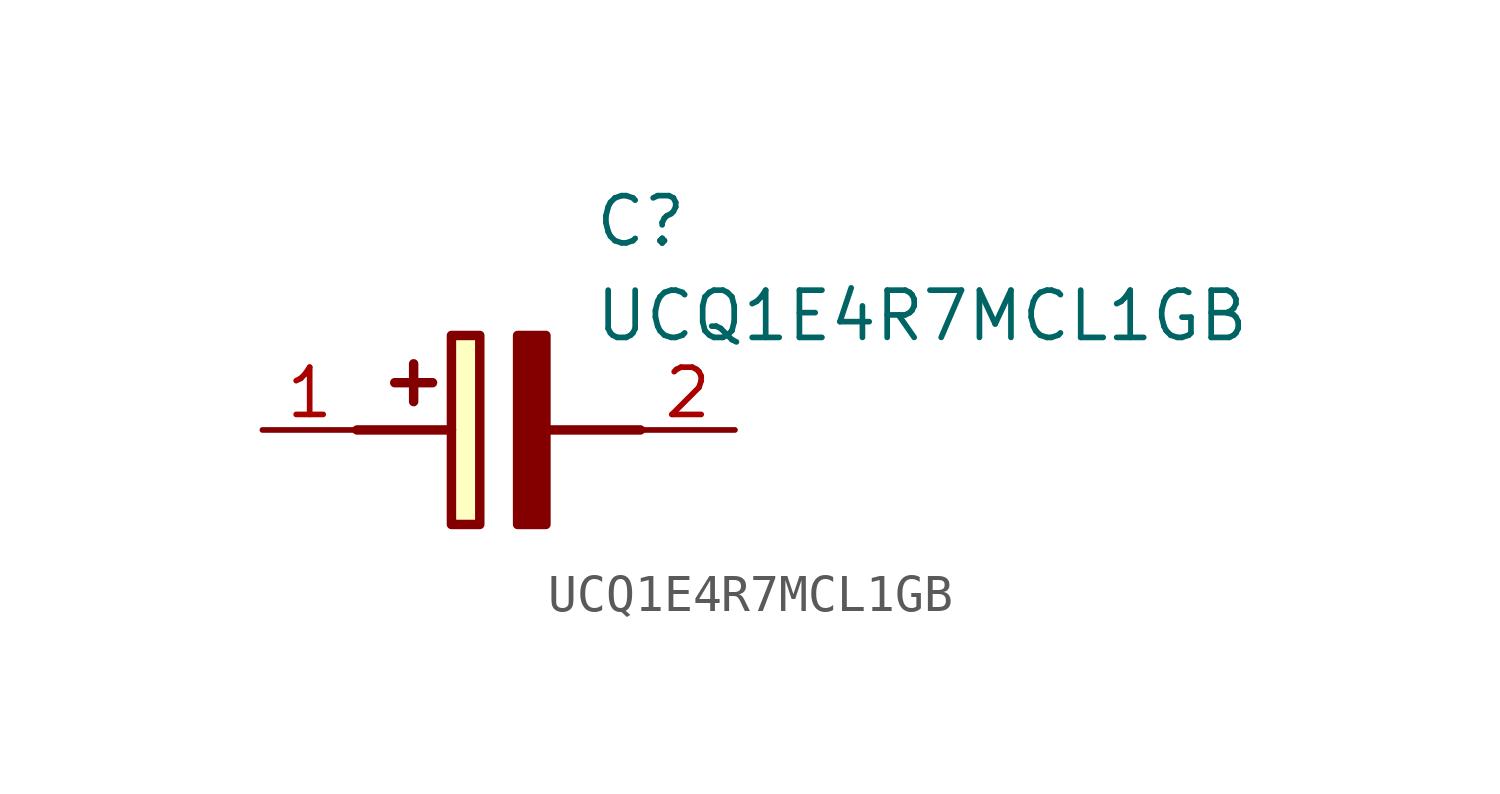
<source format=kicad_sym>
(kicad_symbol_lib
  (version 20211014)
  (generator SamacSys_ECAD_Model)
  (symbol "UCQ1E4R7MCL1GB"
    (pin_names hide)
    (property "Reference" "C"
      (at 8.89 6.35 0)
      (effects (font (size 1.27 1.27)) (justify left top)))
    (property "Value" "UCQ1E4R7MCL1GB"
      (at 8.89 3.81 0)
      (effects (font (size 1.27 1.27)) (justify left top)))
    (rectangle
      (start 5.08 2.54)
      (end 5.842 -2.54)
      (stroke (width 0.254) (type default))
      (fill (type background)))
    (polyline
      (pts (xy 4.572 1.27) (xy 3.556 1.27))
      (stroke (width 0.254) (type default))
      (fill (type none)))
    (polyline
      (pts (xy 4.064 1.778) (xy 4.064 0.762))
      (stroke (width 0.254) (type default))
      (fill (type none)))
    (polyline
      (pts (xy 2.54 0) (xy 5.08 0))
      (stroke (width 0.254) (type default))
      (fill (type none)))
    (polyline
      (pts (xy 7.62 0) (xy 10.16 0))
      (stroke (width 0.254) (type default))
      (fill (type none)))
    (polyline
      (pts (xy 7.62 2.54) (xy 7.62 -2.54) (xy 6.858 -2.54) (xy 6.858 2.54) (xy 7.62 2.54))
      (stroke (width 0.254) (type default))
      (fill (type outline)))
    (pin passive line
      (at 0 0 0)
      (length 2.54)
      (name "+" (effects (font (size 1.27 1.27))))
      (number "1" (effects (font (size 1.27 1.27)))))
    (pin passive line
      (at 12.7 0 180)
      (length 2.54)
      (name "-" (effects (font (size 1.27 1.27))))
      (number "2" (effects (font (size 1.27 1.27)))))))
</source>
